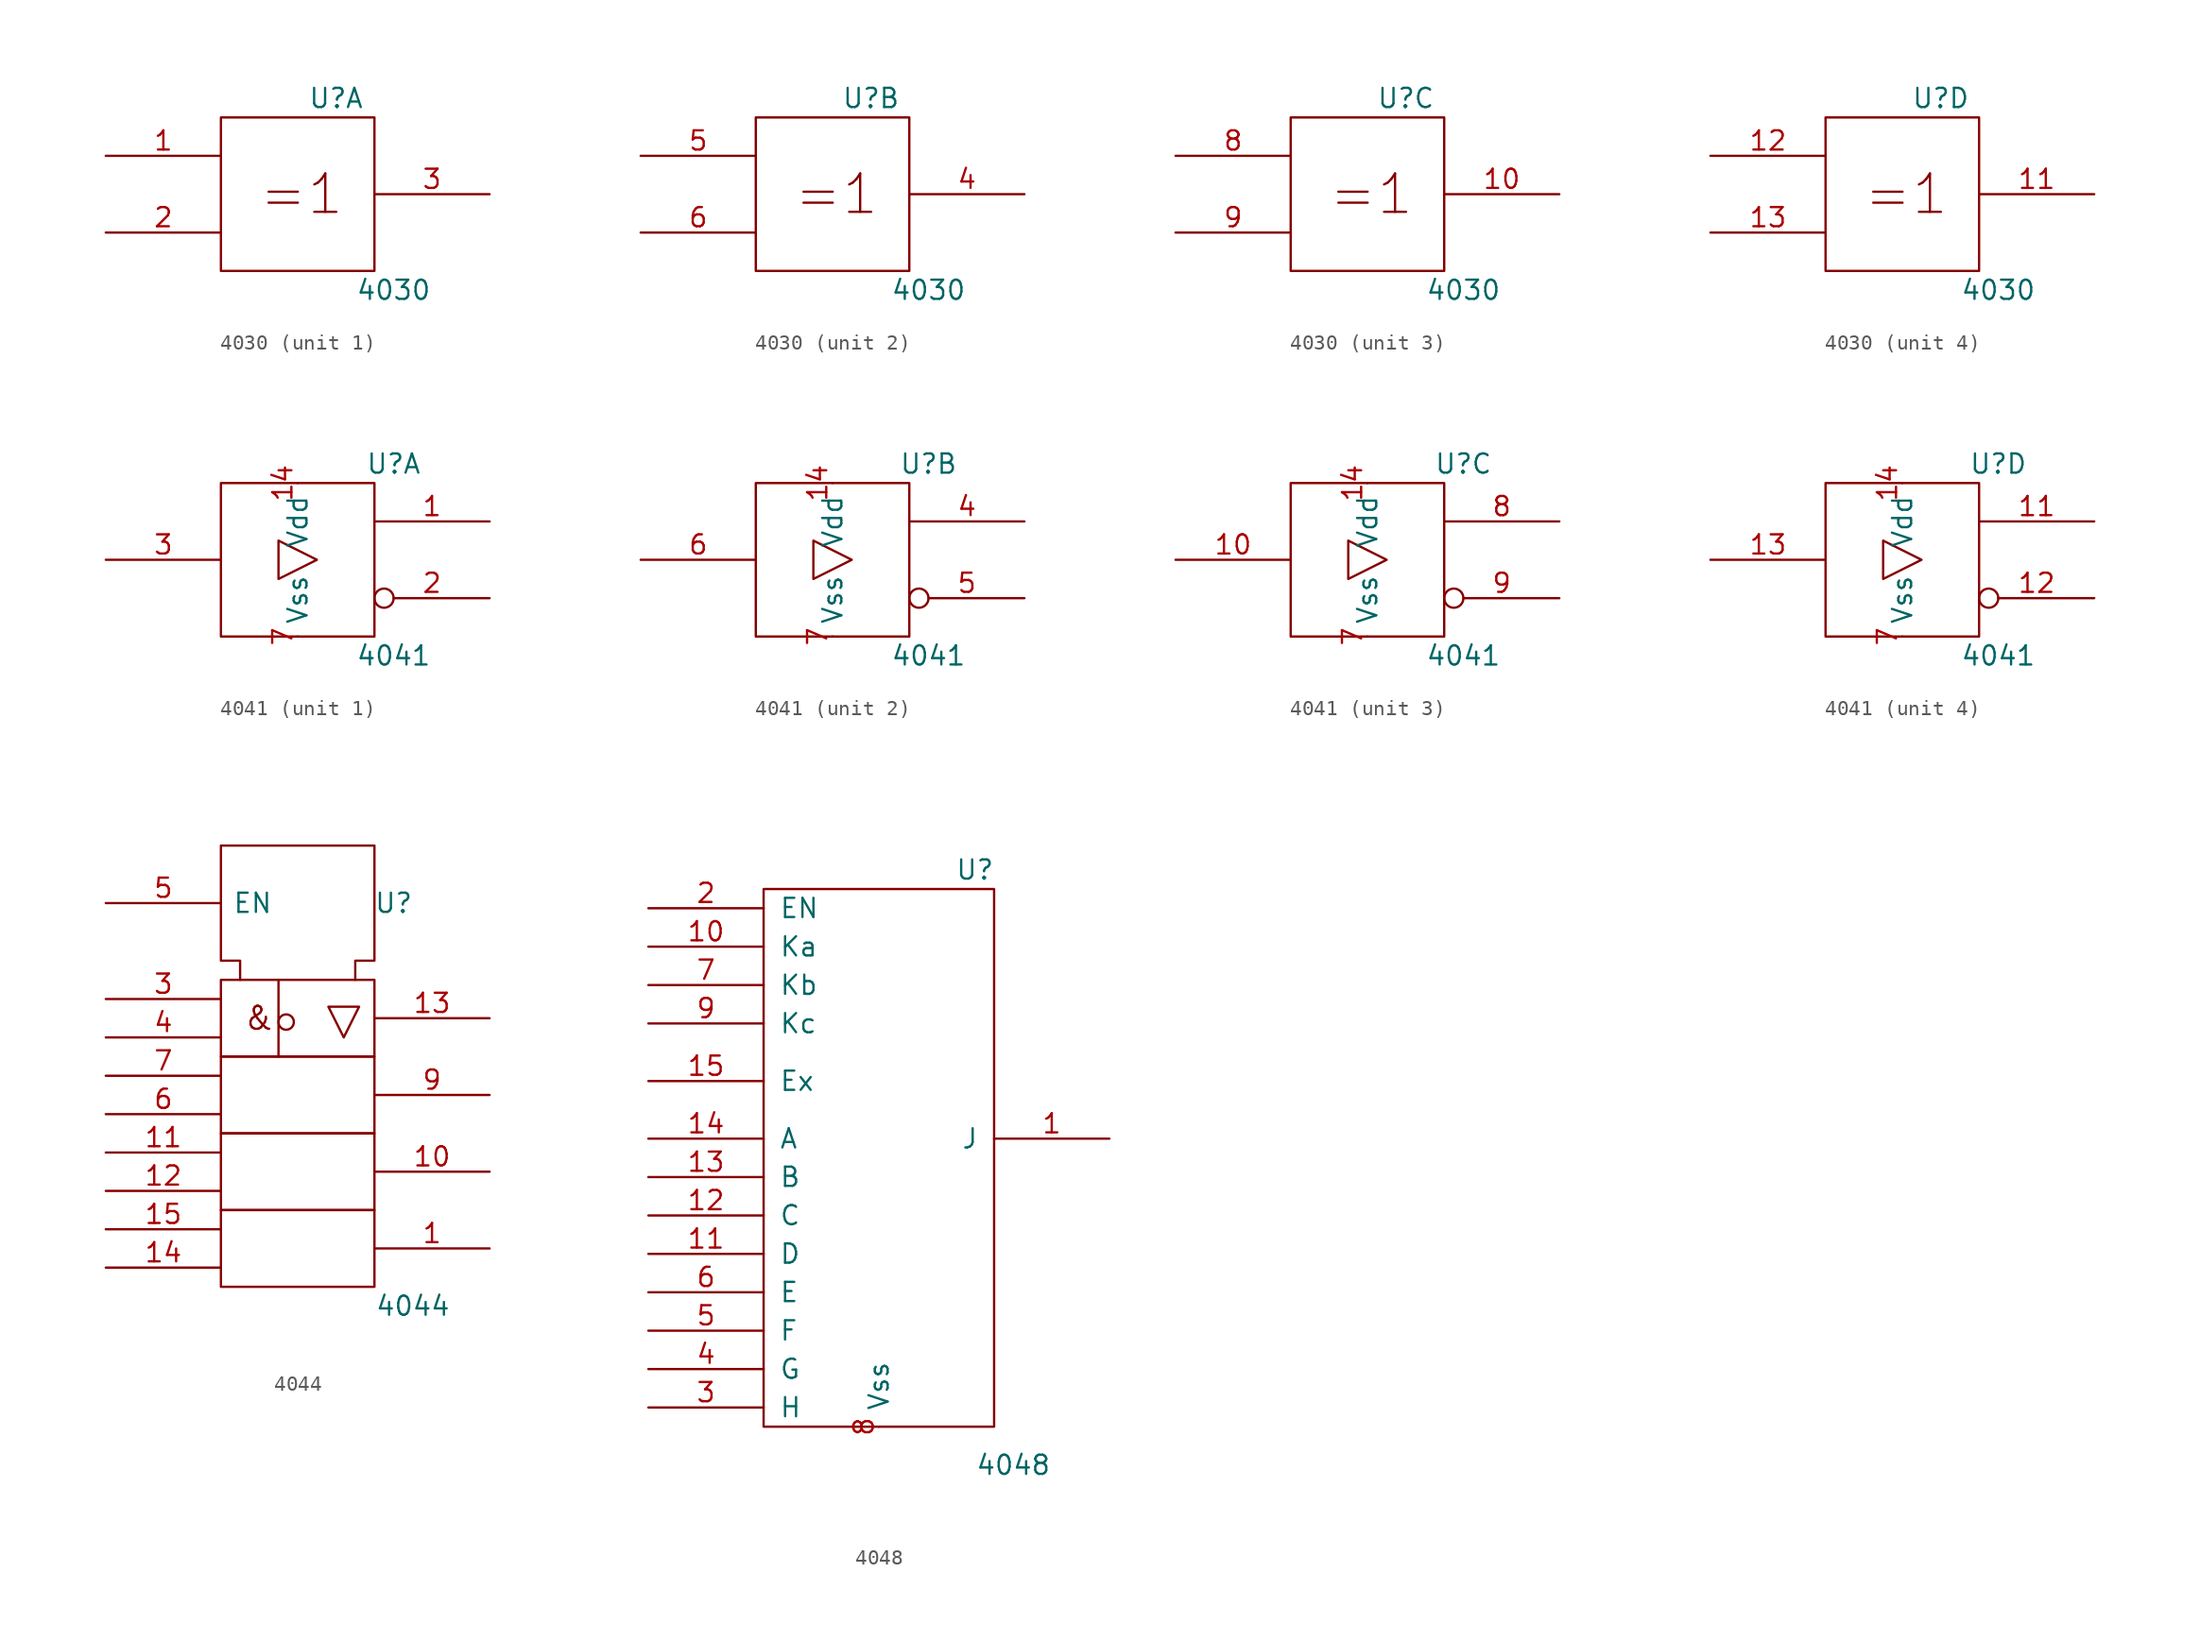
<source format=kicad_sym>
(kicad_symbol_lib
  (version 20201005)
  (generator kicad_symbol_editor)
  (symbol "4030"
    (pin_names
      (offset 0.762))
    (property "Reference" "U"
      (at 2.54 6.35 0)
      (effects (font (size 1.27 1.27))))
    (property "Value" "4030"
      (at 6.35 -6.35 0)
      (effects (font (size 1.27 1.27))))
    (symbol "4030_0_0"
      (text "=1" (at 0.254 0 0) (effects (font (size 2.54 2.54))))
      (rectangle (start -5.08 5.08) (end 5.08 -5.08) (stroke (width 0)) (fill (type none)))
      (pin power_in line (at 0 5.08 270) (length 0) hide (name "Vdd" (effects (font (size 1.27 1.27)))) (number "14" (effects (font (size 1.27 1.27)))))
      (pin power_in line (at 0 -5.08 90) (length 0) hide (name "Vss" (effects (font (size 1.27 1.27)))) (number "7" (effects (font (size 1.27 1.27))))))
    (symbol "4030_1_1"
      (pin input line (at -12.7 2.54 0) (length 7.62) (name "~" (effects (font (size 1.27 1.27)))) (number "1" (effects (font (size 1.27 1.27)))))
      (pin input line (at -12.7 -2.54 0) (length 7.62) (name "~" (effects (font (size 1.27 1.27)))) (number "2" (effects (font (size 1.27 1.27)))))
      (pin output line (at 12.7 0 180) (length 7.62) (name "~" (effects (font (size 1.27 1.27)))) (number "3" (effects (font (size 1.27 1.27))))))
    (symbol "4030_2_1"
      (pin output line (at 12.7 0 180) (length 7.62) (name "~" (effects (font (size 1.27 1.27)))) (number "4" (effects (font (size 1.27 1.27)))))
      (pin input line (at -12.7 2.54 0) (length 7.62) (name "~" (effects (font (size 1.27 1.27)))) (number "5" (effects (font (size 1.27 1.27)))))
      (pin input line (at -12.7 -2.54 0) (length 7.62) (name "~" (effects (font (size 1.27 1.27)))) (number "6" (effects (font (size 1.27 1.27))))))
    (symbol "4030_3_1"
      (pin output line (at 12.7 0 180) (length 7.62) (name "~" (effects (font (size 1.27 1.27)))) (number "10" (effects (font (size 1.27 1.27)))))
      (pin input line (at -12.7 2.54 0) (length 7.62) (name "~" (effects (font (size 1.27 1.27)))) (number "8" (effects (font (size 1.27 1.27)))))
      (pin input line (at -12.7 -2.54 0) (length 7.62) (name "~" (effects (font (size 1.27 1.27)))) (number "9" (effects (font (size 1.27 1.27))))))
    (symbol "4030_4_1"
      (pin output line (at 12.7 0 180) (length 7.62) (name "~" (effects (font (size 1.27 1.27)))) (number "11" (effects (font (size 1.27 1.27)))))
      (pin input line (at -12.7 2.54 0) (length 7.62) (name "~" (effects (font (size 1.27 1.27)))) (number "12" (effects (font (size 1.27 1.27)))))
      (pin input line (at -12.7 -2.54 0) (length 7.62) (name "~" (effects (font (size 1.27 1.27)))) (number "13" (effects (font (size 1.27 1.27)))))))
  (symbol "4041"
    (pin_names
      (offset 0.762))
    (property "Reference" "U"
      (at 6.35 6.35 0)
      (effects (font (size 1.27 1.27))))
    (property "Value" "4041"
      (at 6.35 -6.35 0)
      (effects (font (size 1.27 1.27))))
    (symbol "4041_0_0"
      (rectangle (start -5.08 5.08) (end 5.08 -5.08) (stroke (width 0)) (fill (type none)))
      (polyline (pts (xy -1.27 1.27) (xy -1.27 -1.27) (xy 1.27 0) (xy -1.27 1.27) (xy -1.27 1.27)) (stroke (width 0)) (fill (type none))))
    (symbol "4041_0_1"
      (pin power_in line (at 0 5.08 270) (length 0) (name "Vdd" (effects (font (size 1.27 1.27)))) (number "14" (effects (font (size 1.27 1.27)))))
      (pin power_in line (at 0 -5.08 90) (length 0) (name "Vss" (effects (font (size 1.27 1.27)))) (number "7" (effects (font (size 1.27 1.27))))))
    (symbol "4041_1_1"
      (pin output line (at 12.7 2.54 180) (length 7.62) (name "~" (effects (font (size 1.27 1.27)))) (number "1" (effects (font (size 1.27 1.27)))))
      (pin output inverted (at 12.7 -2.54 180) (length 7.62) (name "~" (effects (font (size 1.27 1.27)))) (number "2" (effects (font (size 1.27 1.27)))))
      (pin output line (at -12.7 0 0) (length 7.62) (name "~" (effects (font (size 1.27 1.27)))) (number "3" (effects (font (size 1.27 1.27))))))
    (symbol "4041_2_1"
      (pin output line (at 12.7 2.54 180) (length 7.62) (name "~" (effects (font (size 1.27 1.27)))) (number "4" (effects (font (size 1.27 1.27)))))
      (pin output inverted (at 12.7 -2.54 180) (length 7.62) (name "~" (effects (font (size 1.27 1.27)))) (number "5" (effects (font (size 1.27 1.27)))))
      (pin output line (at -12.7 0 0) (length 7.62) (name "~" (effects (font (size 1.27 1.27)))) (number "6" (effects (font (size 1.27 1.27))))))
    (symbol "4041_3_1"
      (pin output line (at -12.7 0 0) (length 7.62) (name "~" (effects (font (size 1.27 1.27)))) (number "10" (effects (font (size 1.27 1.27)))))
      (pin output line (at 12.7 2.54 180) (length 7.62) (name "~" (effects (font (size 1.27 1.27)))) (number "8" (effects (font (size 1.27 1.27)))))
      (pin output inverted (at 12.7 -2.54 180) (length 7.62) (name "~" (effects (font (size 1.27 1.27)))) (number "9" (effects (font (size 1.27 1.27))))))
    (symbol "4041_4_1"
      (pin output line (at 12.7 2.54 180) (length 7.62) (name "~" (effects (font (size 1.27 1.27)))) (number "11" (effects (font (size 1.27 1.27)))))
      (pin output inverted (at 12.7 -2.54 180) (length 7.62) (name "~" (effects (font (size 1.27 1.27)))) (number "12" (effects (font (size 1.27 1.27)))))
      (pin output line (at -12.7 0 0) (length 7.62) (name "~" (effects (font (size 1.27 1.27)))) (number "13" (effects (font (size 1.27 1.27)))))))
  (symbol "4044"
    (pin_names
      (offset 0.762))
    (property "Reference" "U"
      (at 6.35 6.35 0)
      (effects (font (size 1.27 1.27))))
    (property "Value" "4044"
      (at 7.62 -20.32 0)
      (effects (font (size 1.27 1.27))))
    (symbol "4044_0_0"
      (circle (center -0.762 -1.524) (radius 0.508) (stroke (width 0)) (fill (type none)))
      (text "&" (at -2.54 -1.27 0) (effects (font (size 1.524 1.524))))
      (rectangle (start -5.08 -13.97) (end 5.08 -19.05) (stroke (width 0)) (fill (type none)))
      (rectangle (start -5.08 -8.89) (end 5.08 -13.97) (stroke (width 0)) (fill (type none)))
      (rectangle (start -5.08 -3.81) (end 5.08 -8.89) (stroke (width 0)) (fill (type none)))
      (rectangle (start -5.08 1.27) (end 5.08 -3.81) (stroke (width 0)) (fill (type none)))
      (polyline (pts (xy -1.27 1.27) (xy -1.27 -3.81) (xy -1.27 -3.81)) (stroke (width 0)) (fill (type none)))
      (polyline (pts (xy 2.032 -0.508) (xy 3.048 -2.54) (xy 4.064 -0.508) (xy 2.032 -0.508) (xy 2.032 -0.508)) (stroke (width 0)) (fill (type none)))
      (polyline (pts (xy -3.81 1.27) (xy -3.81 2.54) (xy -5.08 2.54) (xy -5.08 10.16) (xy 5.08 10.16) (xy 5.08 2.54) (xy 3.81 2.54) (xy 3.81 1.27) (xy 3.81 1.27)) (stroke (width 0)) (fill (type none))))
    (symbol "4044_1_0"
      (pin output line (at 12.7 -16.51 180) (length 7.62) (name "~" (effects (font (size 1.27 1.27)))) (number "1" (effects (font (size 1.27 1.27)))))
      (pin output line (at 12.7 -11.43 180) (length 7.62) (name "~" (effects (font (size 1.27 1.27)))) (number "10" (effects (font (size 1.27 1.27)))))
      (pin input line (at -12.7 -10.16 0) (length 7.62) (name "~" (effects (font (size 1.27 1.27)))) (number "11" (effects (font (size 1.27 1.27)))))
      (pin input line (at -12.7 -12.7 0) (length 7.62) (name "~" (effects (font (size 1.27 1.27)))) (number "12" (effects (font (size 1.27 1.27)))))
      (pin output line (at 12.7 -1.27 180) (length 7.62) (name "~" (effects (font (size 1.27 1.27)))) (number "13" (effects (font (size 1.27 1.27)))))
      (pin input line (at -12.7 -17.78 0) (length 7.62) (name "~" (effects (font (size 1.27 1.27)))) (number "14" (effects (font (size 1.27 1.27)))))
      (pin input line (at -12.7 -15.24 0) (length 7.62) (name "~" (effects (font (size 1.27 1.27)))) (number "15" (effects (font (size 1.27 1.27)))))
      (pin power_in line (at 3.81 10.16 270) (length 0) hide (name "Vdd" (effects (font (size 1.27 1.27)))) (number "16" (effects (font (size 1.27 1.27)))))
      (pin input line (at -12.7 0 0) (length 7.62) (name "~" (effects (font (size 1.27 1.27)))) (number "3" (effects (font (size 1.27 1.27)))))
      (pin input line (at -12.7 -2.54 0) (length 7.62) (name "~" (effects (font (size 1.27 1.27)))) (number "4" (effects (font (size 1.27 1.27)))))
      (pin input line (at -12.7 6.35 0) (length 7.62) (name "EN" (effects (font (size 1.27 1.27)))) (number "5" (effects (font (size 1.27 1.27)))))
      (pin input line (at -12.7 -7.62 0) (length 7.62) (name "~" (effects (font (size 1.27 1.27)))) (number "6" (effects (font (size 1.27 1.27)))))
      (pin input line (at -12.7 -5.08 0) (length 7.62) (name "~" (effects (font (size 1.27 1.27)))) (number "7" (effects (font (size 1.27 1.27)))))
      (pin power_in line (at 0 10.16 270) (length 0) hide (name "Vss" (effects (font (size 1.27 1.27)))) (number "8" (effects (font (size 1.27 1.27)))))
      (pin output line (at 12.7 -6.35 180) (length 7.62) (name "~" (effects (font (size 1.27 1.27)))) (number "9" (effects (font (size 1.27 1.27)))))))
  (symbol "4048"
    (pin_names
      (offset 1.016))
    (property "Reference" "U"
      (at 6.35 17.78 0)
      (effects (font (size 1.27 1.27))))
    (property "Value" "4048"
      (at 8.89 -21.59 0)
      (effects (font (size 1.27 1.27))))
    (symbol "4048_0_1"
      (rectangle (start -7.62 16.51) (end 7.62 -19.05) (stroke (width 0)) (fill (type none))))
    (symbol "4048_1_1"
      (pin output line (at 15.24 0 180) (length 7.62) (name "J" (effects (font (size 1.27 1.27)))) (number "1" (effects (font (size 1.27 1.27)))))
      (pin input line (at -15.24 12.7 0) (length 7.62) (name "Ka" (effects (font (size 1.27 1.27)))) (number "10" (effects (font (size 1.27 1.27)))))
      (pin input line (at -15.24 -7.62 0) (length 7.62) (name "D" (effects (font (size 1.27 1.27)))) (number "11" (effects (font (size 1.27 1.27)))))
      (pin input line (at -15.24 -5.08 0) (length 7.62) (name "C" (effects (font (size 1.27 1.27)))) (number "12" (effects (font (size 1.27 1.27)))))
      (pin input line (at -15.24 -2.54 0) (length 7.62) (name "B" (effects (font (size 1.27 1.27)))) (number "13" (effects (font (size 1.27 1.27)))))
      (pin input line (at -15.24 0 0) (length 7.62) (name "A" (effects (font (size 1.27 1.27)))) (number "14" (effects (font (size 1.27 1.27)))))
      (pin input line (at -15.24 3.81 0) (length 7.62) (name "Ex" (effects (font (size 1.27 1.27)))) (number "15" (effects (font (size 1.27 1.27)))))
      (pin power_in line (at 0 16.51 270) (length 0) hide (name "Vdd" (effects (font (size 1.27 1.27)))) (number "16" (effects (font (size 1.27 1.27)))))
      (pin input line (at -15.24 15.24 0) (length 7.62) (name "EN" (effects (font (size 1.27 1.27)))) (number "2" (effects (font (size 1.27 1.27)))))
      (pin input line (at -15.24 -17.78 0) (length 7.62) (name "H" (effects (font (size 1.27 1.27)))) (number "3" (effects (font (size 1.27 1.27)))))
      (pin input line (at -15.24 -15.24 0) (length 7.62) (name "G" (effects (font (size 1.27 1.27)))) (number "4" (effects (font (size 1.27 1.27)))))
      (pin input line (at -15.24 -12.7 0) (length 7.62) (name "F" (effects (font (size 1.27 1.27)))) (number "5" (effects (font (size 1.27 1.27)))))
      (pin input line (at -15.24 -10.16 0) (length 7.62) (name "E" (effects (font (size 1.27 1.27)))) (number "6" (effects (font (size 1.27 1.27)))))
      (pin input line (at -15.24 10.16 0) (length 7.62) (name "Kb" (effects (font (size 1.27 1.27)))) (number "7" (effects (font (size 1.27 1.27)))))
      (pin power_in line (at 0 -19.05 90) (length 0) (name "Vss" (effects (font (size 1.27 1.27)))) (number "8" (effects (font (size 1.27 1.27)))))
      (pin input line (at -15.24 7.62 0) (length 7.62) (name "Kc" (effects (font (size 1.27 1.27)))) (number "9" (effects (font (size 1.27 1.27))))))))
</source>
